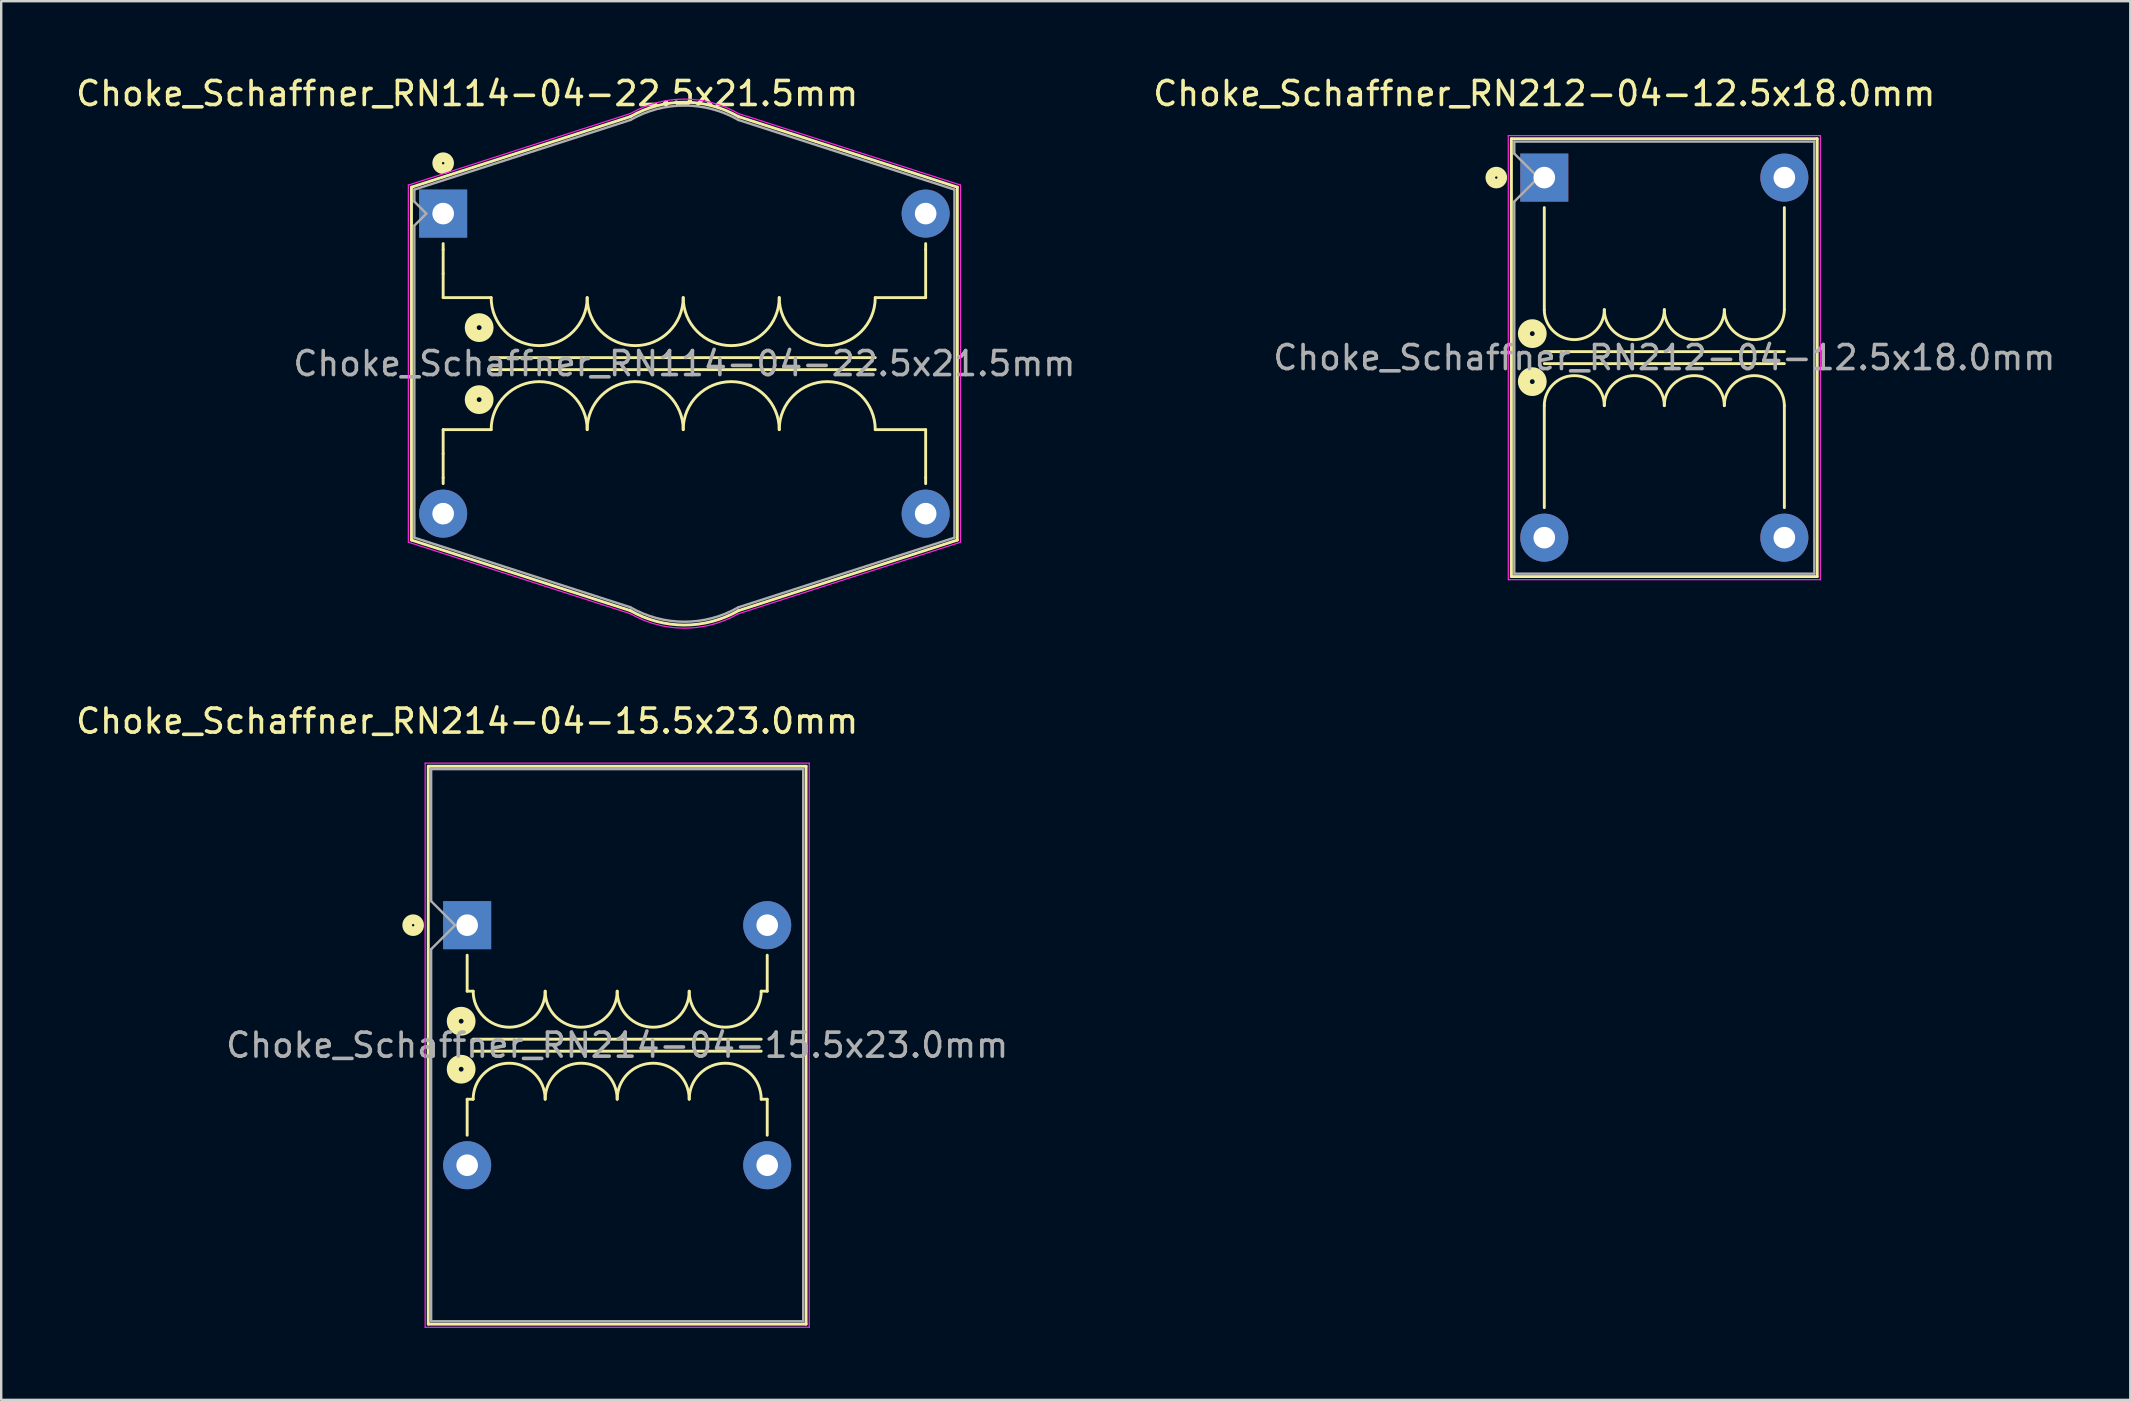
<source format=kicad_pcb>
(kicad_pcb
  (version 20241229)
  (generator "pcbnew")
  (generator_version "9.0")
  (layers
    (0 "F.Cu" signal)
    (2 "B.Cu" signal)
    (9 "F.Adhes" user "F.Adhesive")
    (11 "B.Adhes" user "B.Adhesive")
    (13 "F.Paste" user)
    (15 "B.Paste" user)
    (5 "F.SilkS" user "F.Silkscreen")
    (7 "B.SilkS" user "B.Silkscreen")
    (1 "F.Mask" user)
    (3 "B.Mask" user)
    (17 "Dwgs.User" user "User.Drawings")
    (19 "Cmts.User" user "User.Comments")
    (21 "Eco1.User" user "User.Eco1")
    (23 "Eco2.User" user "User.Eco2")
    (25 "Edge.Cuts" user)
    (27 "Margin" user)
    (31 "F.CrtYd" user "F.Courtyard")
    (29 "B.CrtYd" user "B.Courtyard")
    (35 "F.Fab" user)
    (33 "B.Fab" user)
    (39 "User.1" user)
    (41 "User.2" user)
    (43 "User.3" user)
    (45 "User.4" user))
  (footprint "Choke_Schaffner_RN212-04-12.5x18.0mm"
    (layer "F.Cu")
    (at 61.282 4.348)
    (property "Reference" "Choke_Schaffner_RN212-04-12.5x18.0mm" (at 0 -3.5 0) (layer "F.SilkS") (effects (font (size 1 1) (thickness 0.15))))
    (attr through_hole)
    (fp_line (start -1.37 -1.62) (end 11.37 -1.62) (stroke (width 0.12) (type solid)) (layer "F.SilkS"))
    (fp_line (start -1.37 16.62) (end -1.37 -1.62) (stroke (width 0.12) (type solid)) (layer "F.SilkS"))
    (fp_line (start 0 5.5) (end 0 1.25) (stroke (width 0.12) (type solid)) (layer "F.SilkS"))
    (fp_line (start 0 7.75) (end 10 7.75) (stroke (width 0.12) (type solid)) (layer "F.SilkS"))
    (fp_line (start 0 9.5) (end 0 13.75) (stroke (width 0.12) (type solid)) (layer "F.SilkS"))
    (fp_line (start 10 5.5) (end 10 1.25) (stroke (width 0.12) (type solid)) (layer "F.SilkS"))
    (fp_line (start 10 7.25) (end 0 7.25) (stroke (width 0.12) (type solid)) (layer "F.SilkS"))
    (fp_line (start 10 9.5) (end 10 13.75) (stroke (width 0.12) (type solid)) (layer "F.SilkS"))
    (fp_line (start 11.37 -1.62) (end 11.37 16.62) (stroke (width 0.12) (type solid)) (layer "F.SilkS"))
    (fp_line (start 11.37 16.62) (end -1.37 16.62) (stroke (width 0.12) (type solid)) (layer "F.SilkS"))
    (fp_arc (start 0 9.5) (mid 1.25 8.25) (end 2.5 9.5) (stroke (width 0.12) (type solid)) (layer "F.SilkS"))
    (fp_arc (start 2.5 5.5) (mid 1.25 6.75) (end 0 5.5) (stroke (width 0.12) (type solid)) (layer "F.SilkS"))
    (fp_arc (start 2.5 9.5) (mid 3.75 8.25) (end 5 9.5) (stroke (width 0.12) (type solid)) (layer "F.SilkS"))
    (fp_arc (start 5 5.5) (mid 3.75 6.75) (end 2.5 5.5) (stroke (width 0.12) (type solid)) (layer "F.SilkS"))
    (fp_arc (start 5 9.5) (mid 6.25 8.25) (end 7.5 9.5) (stroke (width 0.12) (type solid)) (layer "F.SilkS"))
    (fp_arc (start 7.5 5.5) (mid 6.25 6.75) (end 5 5.5) (stroke (width 0.12) (type solid)) (layer "F.SilkS"))
    (fp_arc (start 7.5 9.5) (mid 8.75 8.25) (end 10 9.5) (stroke (width 0.12) (type solid)) (layer "F.SilkS"))
    (fp_arc (start 10 5.5) (mid 8.75 6.75) (end 7.5 5.5) (stroke (width 0.12) (type solid)) (layer "F.SilkS"))
    (fp_circle (center -2 0) (end -1.95 0) (stroke (width 0.4) (type solid)) (fill no) (layer "F.SilkS"))
    (fp_circle (center -0.5 6.5) (end -0.4 6.5) (stroke (width 0.5) (type solid)) (fill no) (layer "F.SilkS"))
    (fp_circle (center -0.5 8.5) (end -0.4 8.5) (stroke (width 0.5) (type solid)) (fill no) (layer "F.SilkS"))
    (fp_line (start -1.5 -1.75) (end -1.5 16.75) (stroke (width 0.05) (type solid)) (layer "F.CrtYd"))
    (fp_line (start -1.5 16.75) (end 11.5 16.75) (stroke (width 0.05) (type solid)) (layer "F.CrtYd"))
    (fp_line (start 11.5 -1.75) (end -1.5 -1.75) (stroke (width 0.05) (type solid)) (layer "F.CrtYd"))
    (fp_line (start 11.5 16.75) (end 11.5 -1.75) (stroke (width 0.05) (type solid)) (layer "F.CrtYd"))
    (fp_line (start -1.25 -1.5) (end 11.25 -1.5) (stroke (width 0.1) (type solid)) (layer "F.Fab"))
    (fp_line (start -1.25 -1) (end -1.25 -1.5) (stroke (width 0.1) (type solid)) (layer "F.Fab"))
    (fp_line (start -1.25 1) (end -0.25 0) (stroke (width 0.1) (type solid)) (layer "F.Fab"))
    (fp_line (start -1.25 16.5) (end -1.25 1) (stroke (width 0.1) (type solid)) (layer "F.Fab"))
    (fp_line (start -0.25 0) (end -1.25 -1) (stroke (width 0.1) (type solid)) (layer "F.Fab"))
    (fp_line (start 11.25 -1.5) (end 11.25 16.5) (stroke (width 0.1) (type solid)) (layer "F.Fab"))
    (fp_line (start 11.25 16.5) (end -1.25 16.5) (stroke (width 0.1) (type solid)) (layer "F.Fab"))
    (fp_text user "${REFERENCE}" (at 5 7.5 0) (layer "F.Fab") (effects (font (size 1 1) (thickness 0.15))))
    (pad "1" thru_hole rect (at 0 0) (size 2 2) (drill 0.9) (layers "*.Cu" "*.Mask"))
    (pad "2" thru_hole circle (at 10 0) (size 2 2) (drill 0.9) (layers "*.Cu" "*.Mask"))
    (pad "3" thru_hole circle (at 0 15) (size 2 2) (drill 0.9) (layers "*.Cu" "*.Mask"))
    (pad "4" thru_hole circle (at 10 15) (size 2 2) (drill 0.9) (layers "*.Cu" "*.Mask")))
  (footprint "Choke_Schaffner_RN114-04-22.5x21.5mm"
    (layer "F.Cu")
    (at 15.411 5.848)
    (property "Reference" "Choke_Schaffner_RN114-04-22.5x21.5mm" (at 1 -5 0) (layer "F.SilkS") (effects (font (size 1 1) (thickness 0.15))))
    (attr through_hole)
    (fp_line (start -1.32 -1.1) (end 7.8 -4.04) (stroke (width 0.12) (type solid)) (layer "F.SilkS"))
    (fp_line (start -1.32 13.6) (end -1.32 -1.1) (stroke (width 0.12) (type solid)) (layer "F.SilkS"))
    (fp_line (start 0 1.5) (end 0 1.25) (stroke (width 0.12) (type solid)) (layer "F.SilkS"))
    (fp_line (start 0 2.5) (end 0 1.5) (stroke (width 0.12) (type solid)) (layer "F.SilkS"))
    (fp_line (start 0 3.5) (end 0 2.5) (stroke (width 0.12) (type solid)) (layer "F.SilkS"))
    (fp_line (start 0 9) (end 0 10) (stroke (width 0.12) (type solid)) (layer "F.SilkS"))
    (fp_line (start 0 10) (end 0 11) (stroke (width 0.12) (type solid)) (layer "F.SilkS"))
    (fp_line (start 0 11) (end 0 11.25) (stroke (width 0.12) (type solid)) (layer "F.SilkS"))
    (fp_line (start 2 3.5) (end 0 3.5) (stroke (width 0.12) (type solid)) (layer "F.SilkS"))
    (fp_line (start 2 6) (end 18 6) (stroke (width 0.12) (type solid)) (layer "F.SilkS"))
    (fp_line (start 2 9) (end 0 9) (stroke (width 0.12) (type solid)) (layer "F.SilkS"))
    (fp_line (start 7.8 16.54) (end -1.32 13.6) (stroke (width 0.12) (type solid)) (layer "F.SilkS"))
    (fp_line (start 12.3 -4.04) (end 21.42 -1.1) (stroke (width 0.12) (type solid)) (layer "F.SilkS"))
    (fp_line (start 18 3.5) (end 20.1 3.5) (stroke (width 0.12) (type solid)) (layer "F.SilkS"))
    (fp_line (start 18 6.5) (end 2 6.5) (stroke (width 0.12) (type solid)) (layer "F.SilkS"))
    (fp_line (start 20.1 1.5) (end 20.1 1.25) (stroke (width 0.12) (type solid)) (layer "F.SilkS"))
    (fp_line (start 20.1 3.5) (end 20.1 1.5) (stroke (width 0.12) (type solid)) (layer "F.SilkS"))
    (fp_line (start 20.1 9) (end 18 9) (stroke (width 0.12) (type solid)) (layer "F.SilkS"))
    (fp_line (start 20.1 9) (end 20.1 11) (stroke (width 0.12) (type solid)) (layer "F.SilkS"))
    (fp_line (start 20.1 11) (end 20.1 11.25) (stroke (width 0.12) (type solid)) (layer "F.SilkS"))
    (fp_line (start 21.42 -1.1) (end 21.42 13.6) (stroke (width 0.12) (type solid)) (layer "F.SilkS"))
    (fp_line (start 21.42 13.6) (end 12.3 16.54) (stroke (width 0.12) (type solid)) (layer "F.SilkS"))
    (fp_arc (start 2 9) (mid 4 7) (end 6 9) (stroke (width 0.12) (type solid)) (layer "F.SilkS"))
    (fp_arc (start 6 3.5) (mid 4 5.5) (end 2 3.5) (stroke (width 0.12) (type solid)) (layer "F.SilkS"))
    (fp_arc (start 6 9) (mid 8 7) (end 10 9) (stroke (width 0.12) (type solid)) (layer "F.SilkS"))
    (fp_arc (start 7.8 -4.04) (mid 10.061443 -4.63982) (end 12.31982 -4.028557) (stroke (width 0.12) (type solid)) (layer "F.SilkS"))
    (fp_arc (start 10 3.5) (mid 8 5.5) (end 6 3.5) (stroke (width 0.12) (type solid)) (layer "F.SilkS"))
    (fp_arc (start 10 9) (mid 12 7) (end 14 9) (stroke (width 0.12) (type solid)) (layer "F.SilkS"))
    (fp_arc (start 12.3 16.54) (mid 10.038557 17.13982) (end 7.78018 16.528557) (stroke (width 0.12) (type solid)) (layer "F.SilkS"))
    (fp_arc (start 14 3.5) (mid 12 5.5) (end 10 3.5) (stroke (width 0.12) (type solid)) (layer "F.SilkS"))
    (fp_arc (start 14 9) (mid 16 7) (end 18 9) (stroke (width 0.12) (type solid)) (layer "F.SilkS"))
    (fp_arc (start 18 3.5) (mid 16 5.5) (end 14 3.5) (stroke (width 0.12) (type solid)) (layer "F.SilkS"))
    (fp_circle (center 0 -2.1) (end 0.05 -2.1) (stroke (width 0.4) (type solid)) (fill no) (layer "F.SilkS"))
    (fp_circle (center 1.5 4.75) (end 1.6 4.75) (stroke (width 0.5) (type solid)) (fill no) (layer "F.SilkS"))
    (fp_circle (center 1.5 7.75) (end 1.6 7.75) (stroke (width 0.5) (type solid)) (fill no) (layer "F.SilkS"))
    (fp_line (start -1.45 -1.19) (end 7.8 -4.17) (stroke (width 0.05) (type solid)) (layer "F.CrtYd"))
    (fp_line (start -1.45 13.69) (end -1.45 -1.19) (stroke (width 0.05) (type solid)) (layer "F.CrtYd"))
    (fp_line (start 7.8 16.67) (end -1.45 13.69) (stroke (width 0.05) (type solid)) (layer "F.CrtYd"))
    (fp_line (start 12.3 -4.17) (end 21.55 -1.19) (stroke (width 0.05) (type solid)) (layer "F.CrtYd"))
    (fp_line (start 21.55 -1.19) (end 21.55 13.69) (stroke (width 0.05) (type solid)) (layer "F.CrtYd"))
    (fp_line (start 21.55 13.69) (end 12.3 16.67) (stroke (width 0.05) (type solid)) (layer "F.CrtYd"))
    (fp_arc (start 7.8 -4.17) (mid 10.061443 -4.76982) (end 12.31982 -4.158557) (stroke (width 0.05) (type solid)) (layer "F.CrtYd"))
    (fp_arc (start 12.3 16.67) (mid 10.038557 17.26982) (end 7.78018 16.658557) (stroke (width 0.05) (type solid)) (layer "F.CrtYd"))
    (fp_line (start -1.2 -1) (end 7.8 -3.9) (stroke (width 0.1) (type solid)) (layer "F.Fab"))
    (fp_line (start -1.2 -0.5) (end -1.2 -1) (stroke (width 0.1) (type solid)) (layer "F.Fab"))
    (fp_line (start -1.2 0.5) (end -0.7 0) (stroke (width 0.1) (type solid)) (layer "F.Fab"))
    (fp_line (start -1.2 13.5) (end -1.2 0.5) (stroke (width 0.1) (type solid)) (layer "F.Fab"))
    (fp_line (start -0.7 0) (end -1.2 -0.5) (stroke (width 0.1) (type solid)) (layer "F.Fab"))
    (fp_line (start 7.8 16.4) (end -1.2 13.5) (stroke (width 0.1) (type solid)) (layer "F.Fab"))
    (fp_line (start 12.3 -3.9) (end 21.3 -1) (stroke (width 0.1) (type solid)) (layer "F.Fab"))
    (fp_line (start 21.3 -1) (end 21.3 13.5) (stroke (width 0.1) (type solid)) (layer "F.Fab"))
    (fp_line (start 21.3 13.5) (end 12.3 16.4) (stroke (width 0.1) (type solid)) (layer "F.Fab"))
    (fp_arc (start 7.8 -3.9) (mid 10.051443 -4.502499) (end 12.302499 -3.898557) (stroke (width 0.1) (type solid)) (layer "F.Fab"))
    (fp_arc (start 12.3 16.4) (mid 10.048557 17.002499) (end 7.797501 16.398557) (stroke (width 0.1) (type solid)) (layer "F.Fab"))
    (fp_text user "${REFERENCE}" (at 10.05 6.25 0) (layer "F.Fab") (effects (font (size 1 1) (thickness 0.15))))
    (pad "1" thru_hole rect (at 0 0) (size 2 2) (drill 0.9) (layers "*.Cu" "*.Mask"))
    (pad "2" thru_hole circle (at 20.1 0) (size 2 2) (drill 0.9) (layers "*.Cu" "*.Mask"))
    (pad "3" thru_hole circle (at 0 12.5) (size 2 2) (drill 0.9) (layers "*.Cu" "*.Mask"))
    (pad "4" thru_hole circle (at 20.1 12.5) (size 2 2) (drill 0.9) (layers "*.Cu" "*.Mask")))
  (footprint "Choke_Schaffner_RN214-04-15.5x23.0mm"
    (layer "F.Cu")
    (at 16.411 35.491)
    (property "Reference" "Choke_Schaffner_RN214-04-15.5x23.0mm" (at 0 -8.5 0) (layer "F.SilkS") (effects (font (size 1 1) (thickness 0.15))))
    (attr through_hole)
    (fp_line (start -1.62 -6.62) (end 14.12 -6.62) (stroke (width 0.12) (type solid)) (layer "F.SilkS"))
    (fp_line (start -1.62 16.62) (end -1.62 -6.62) (stroke (width 0.12) (type solid)) (layer "F.SilkS"))
    (fp_line (start 0 2.75) (end 0 1.25) (stroke (width 0.12) (type solid)) (layer "F.SilkS"))
    (fp_line (start 0 7.25) (end 0 8.75) (stroke (width 0.12) (type solid)) (layer "F.SilkS"))
    (fp_line (start 0.25 2.75) (end 0 2.75) (stroke (width 0.12) (type solid)) (layer "F.SilkS"))
    (fp_line (start 0.25 5.25) (end 12.25 5.25) (stroke (width 0.12) (type solid)) (layer "F.SilkS"))
    (fp_line (start 0.25 7.25) (end 0 7.25) (stroke (width 0.12) (type solid)) (layer "F.SilkS"))
    (fp_line (start 12.25 2.75) (end 12.5 2.75) (stroke (width 0.12) (type solid)) (layer "F.SilkS"))
    (fp_line (start 12.25 4.75) (end 0.25 4.75) (stroke (width 0.12) (type solid)) (layer "F.SilkS"))
    (fp_line (start 12.25 7.25) (end 12.5 7.25) (stroke (width 0.12) (type solid)) (layer "F.SilkS"))
    (fp_line (start 12.5 2.75) (end 12.5 1.25) (stroke (width 0.12) (type solid)) (layer "F.SilkS"))
    (fp_line (start 12.5 7.25) (end 12.5 8.75) (stroke (width 0.12) (type solid)) (layer "F.SilkS"))
    (fp_line (start 14.12 -6.62) (end 14.12 16.62) (stroke (width 0.12) (type solid)) (layer "F.SilkS"))
    (fp_line (start 14.12 16.62) (end -1.62 16.62) (stroke (width 0.12) (type solid)) (layer "F.SilkS"))
    (fp_arc (start 0.25 7.25) (mid 1.75 5.75) (end 3.25 7.25) (stroke (width 0.12) (type solid)) (layer "F.SilkS"))
    (fp_arc (start 3.25 2.75) (mid 1.75 4.25) (end 0.25 2.75) (stroke (width 0.12) (type solid)) (layer "F.SilkS"))
    (fp_arc (start 3.25 7.25) (mid 4.75 5.75) (end 6.25 7.25) (stroke (width 0.12) (type solid)) (layer "F.SilkS"))
    (fp_arc (start 6.25 2.75) (mid 4.75 4.25) (end 3.25 2.75) (stroke (width 0.12) (type solid)) (layer "F.SilkS"))
    (fp_arc (start 6.25 7.25) (mid 7.75 5.75) (end 9.25 7.25) (stroke (width 0.12) (type solid)) (layer "F.SilkS"))
    (fp_arc (start 9.25 2.75) (mid 7.75 4.25) (end 6.25 2.75) (stroke (width 0.12) (type solid)) (layer "F.SilkS"))
    (fp_arc (start 9.25 7.25) (mid 10.75 5.75) (end 12.25 7.25) (stroke (width 0.12) (type solid)) (layer "F.SilkS"))
    (fp_arc (start 12.25 2.75) (mid 10.75 4.25) (end 9.25 2.75) (stroke (width 0.12) (type solid)) (layer "F.SilkS"))
    (fp_circle (center -2.25 0) (end -2.2 0) (stroke (width 0.4) (type solid)) (fill no) (layer "F.SilkS"))
    (fp_circle (center -0.25 4) (end -0.15 4) (stroke (width 0.5) (type solid)) (fill no) (layer "F.SilkS"))
    (fp_circle (center -0.25 6) (end -0.15 6) (stroke (width 0.5) (type solid)) (fill no) (layer "F.SilkS"))
    (fp_line (start -1.75 -6.75) (end -1.75 16.75) (stroke (width 0.05) (type solid)) (layer "F.CrtYd"))
    (fp_line (start -1.75 16.75) (end 14.25 16.75) (stroke (width 0.05) (type solid)) (layer "F.CrtYd"))
    (fp_line (start 14.25 -6.75) (end -1.75 -6.75) (stroke (width 0.05) (type solid)) (layer "F.CrtYd"))
    (fp_line (start 14.25 16.75) (end 14.25 -6.75) (stroke (width 0.05) (type solid)) (layer "F.CrtYd"))
    (fp_line (start -1.5 -6.5) (end 14 -6.5) (stroke (width 0.1) (type solid)) (layer "F.Fab"))
    (fp_line (start -1.5 -1) (end -1.5 -6.5) (stroke (width 0.1) (type solid)) (layer "F.Fab"))
    (fp_line (start -1.5 1) (end -0.5 0) (stroke (width 0.1) (type solid)) (layer "F.Fab"))
    (fp_line (start -1.5 16.5) (end -1.5 1) (stroke (width 0.1) (type solid)) (layer "F.Fab"))
    (fp_line (start -0.5 0) (end -1.5 -1) (stroke (width 0.1) (type solid)) (layer "F.Fab"))
    (fp_line (start 14 -6.5) (end 14 16.5) (stroke (width 0.1) (type solid)) (layer "F.Fab"))
    (fp_line (start 14 16.5) (end -1.5 16.5) (stroke (width 0.1) (type solid)) (layer "F.Fab"))
    (fp_text user "${REFERENCE}" (at 6.25 5 0) (layer "F.Fab") (effects (font (size 1 1) (thickness 0.15))))
    (pad "1" thru_hole rect (at 0 0) (size 2 2) (drill 0.9) (layers "*.Cu" "*.Mask"))
    (pad "2" thru_hole circle (at 12.5 0) (size 2 2) (drill 0.9) (layers "*.Cu" "*.Mask"))
    (pad "3" thru_hole circle (at 0 10) (size 2 2) (drill 0.9) (layers "*.Cu" "*.Mask"))
    (pad "4" thru_hole circle (at 12.5 10) (size 2 2) (drill 0.9) (layers "*.Cu" "*.Mask")))
  (gr_rect
    (start -3 -3)
    (end 85.693 55.266)
    (stroke (width 0.1) (type default))
    (fill no)
    (layer "Edge.Cuts")))
</source>
